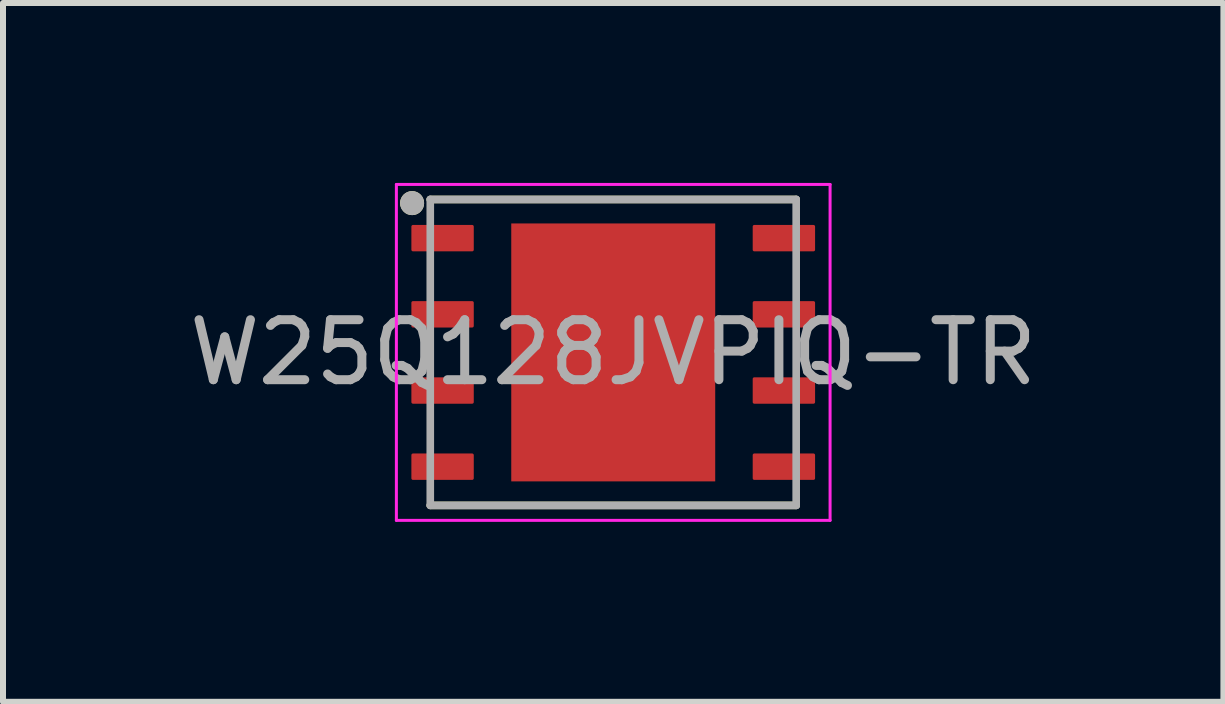
<source format=kicad_pcb>
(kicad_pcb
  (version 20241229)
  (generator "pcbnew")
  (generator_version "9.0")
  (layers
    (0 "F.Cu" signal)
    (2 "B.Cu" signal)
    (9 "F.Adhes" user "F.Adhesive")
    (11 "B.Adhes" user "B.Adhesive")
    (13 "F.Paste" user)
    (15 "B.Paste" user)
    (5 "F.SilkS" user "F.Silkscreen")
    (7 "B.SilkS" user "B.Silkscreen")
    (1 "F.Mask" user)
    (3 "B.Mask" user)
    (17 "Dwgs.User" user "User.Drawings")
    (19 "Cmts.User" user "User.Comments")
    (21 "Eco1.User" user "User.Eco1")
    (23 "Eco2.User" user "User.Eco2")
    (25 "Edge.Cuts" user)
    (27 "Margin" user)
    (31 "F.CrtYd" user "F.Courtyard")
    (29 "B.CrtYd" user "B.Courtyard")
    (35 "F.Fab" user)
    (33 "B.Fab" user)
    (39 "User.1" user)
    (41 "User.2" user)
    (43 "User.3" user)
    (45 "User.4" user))
  (footprint "W25Q128JVPIQ-TR"
    (layer "F.Cu")
    (at 7.173 2.825)
    (property "Reference" "W25Q128JVPIQ-TR" (at 0 0 0) (layer "F.Fab") (effects (font (size 1 1) (thickness 0.15))))
    (attr through_hole)
    (fp_line (start -3.05 -2.55) (end 3.05 -2.55) (stroke (width 0.127) (type solid)) (layer "F.SilkS"))
    (fp_line (start -3.05 2.55) (end 3.05 2.55) (stroke (width 0.127) (type solid)) (layer "F.SilkS"))
    (fp_circle (center -3.353 -2.489) (end -3.253 -2.489) (stroke (width 0.2) (type solid)) (fill no) (layer "F.SilkS"))
    (fp_poly (pts (xy -1.08 -1.36) (xy 1.08 -1.36) (xy 1.08 1.36) (xy -1.08 1.36)) (stroke (width 0.01) (type solid)) (fill yes) (layer "F.Paste"))
    (fp_line (start -3.615 -2.8) (end -3.615 2.8) (stroke (width 0.05) (type solid)) (layer "F.CrtYd"))
    (fp_line (start -3.615 -2.8) (end 3.615 -2.8) (stroke (width 0.05) (type solid)) (layer "F.CrtYd"))
    (fp_line (start -3.615 2.8) (end 3.615 2.8) (stroke (width 0.05) (type solid)) (layer "F.CrtYd"))
    (fp_line (start 3.615 -2.8) (end 3.615 2.8) (stroke (width 0.05) (type solid)) (layer "F.CrtYd"))
    (fp_line (start -3.05 -2.55) (end -3.05 2.55) (stroke (width 0.127) (type solid)) (layer "F.Fab"))
    (fp_line (start -3.05 -2.55) (end 3.05 -2.55) (stroke (width 0.127) (type solid)) (layer "F.Fab"))
    (fp_line (start -3.05 2.55) (end 3.05 2.55) (stroke (width 0.127) (type solid)) (layer "F.Fab"))
    (fp_line (start 3.05 -2.55) (end 3.05 2.55) (stroke (width 0.127) (type solid)) (layer "F.Fab"))
    (fp_circle (center -3.353 -2.489) (end -3.253 -2.489) (stroke (width 0.2) (type solid)) (fill no) (layer "F.Fab"))
    (pad "1" smd roundrect (at -2.845 -1.905) (size 1.04 0.44) (layers "F.Cu" "F.Mask" "F.Paste") (roundrect_rratio 0.06))
    (pad "2" smd roundrect (at -2.845 -0.635) (size 1.04 0.44) (layers "F.Cu" "F.Mask" "F.Paste") (roundrect_rratio 0.06))
    (pad "3" smd roundrect (at -2.845 0.635) (size 1.04 0.44) (layers "F.Cu" "F.Mask" "F.Paste") (roundrect_rratio 0.06))
    (pad "4" smd roundrect (at -2.845 1.905) (size 1.04 0.44) (layers "F.Cu" "F.Mask" "F.Paste") (roundrect_rratio 0.06))
    (pad "5" smd roundrect (at 2.845 1.905) (size 1.04 0.44) (layers "F.Cu" "F.Mask" "F.Paste") (roundrect_rratio 0.06))
    (pad "6" smd roundrect (at 2.845 0.635) (size 1.04 0.44) (layers "F.Cu" "F.Mask" "F.Paste") (roundrect_rratio 0.06))
    (pad "7" smd roundrect (at 2.845 -0.635) (size 1.04 0.44) (layers "F.Cu" "F.Mask" "F.Paste") (roundrect_rratio 0.06))
    (pad "8" smd roundrect (at 2.845 -1.905) (size 1.04 0.44) (layers "F.Cu" "F.Mask" "F.Paste") (roundrect_rratio 0.06))
    (pad "9" smd rect (at 0 0) (size 3.4 4.3) (layers "F.Cu" "F.Mask")))
  (gr_rect
    (start -3 -3)
    (end 17.345 8.65)
    (stroke (width 0.1) (type default))
    (fill no)
    (layer "Edge.Cuts")))
</source>
